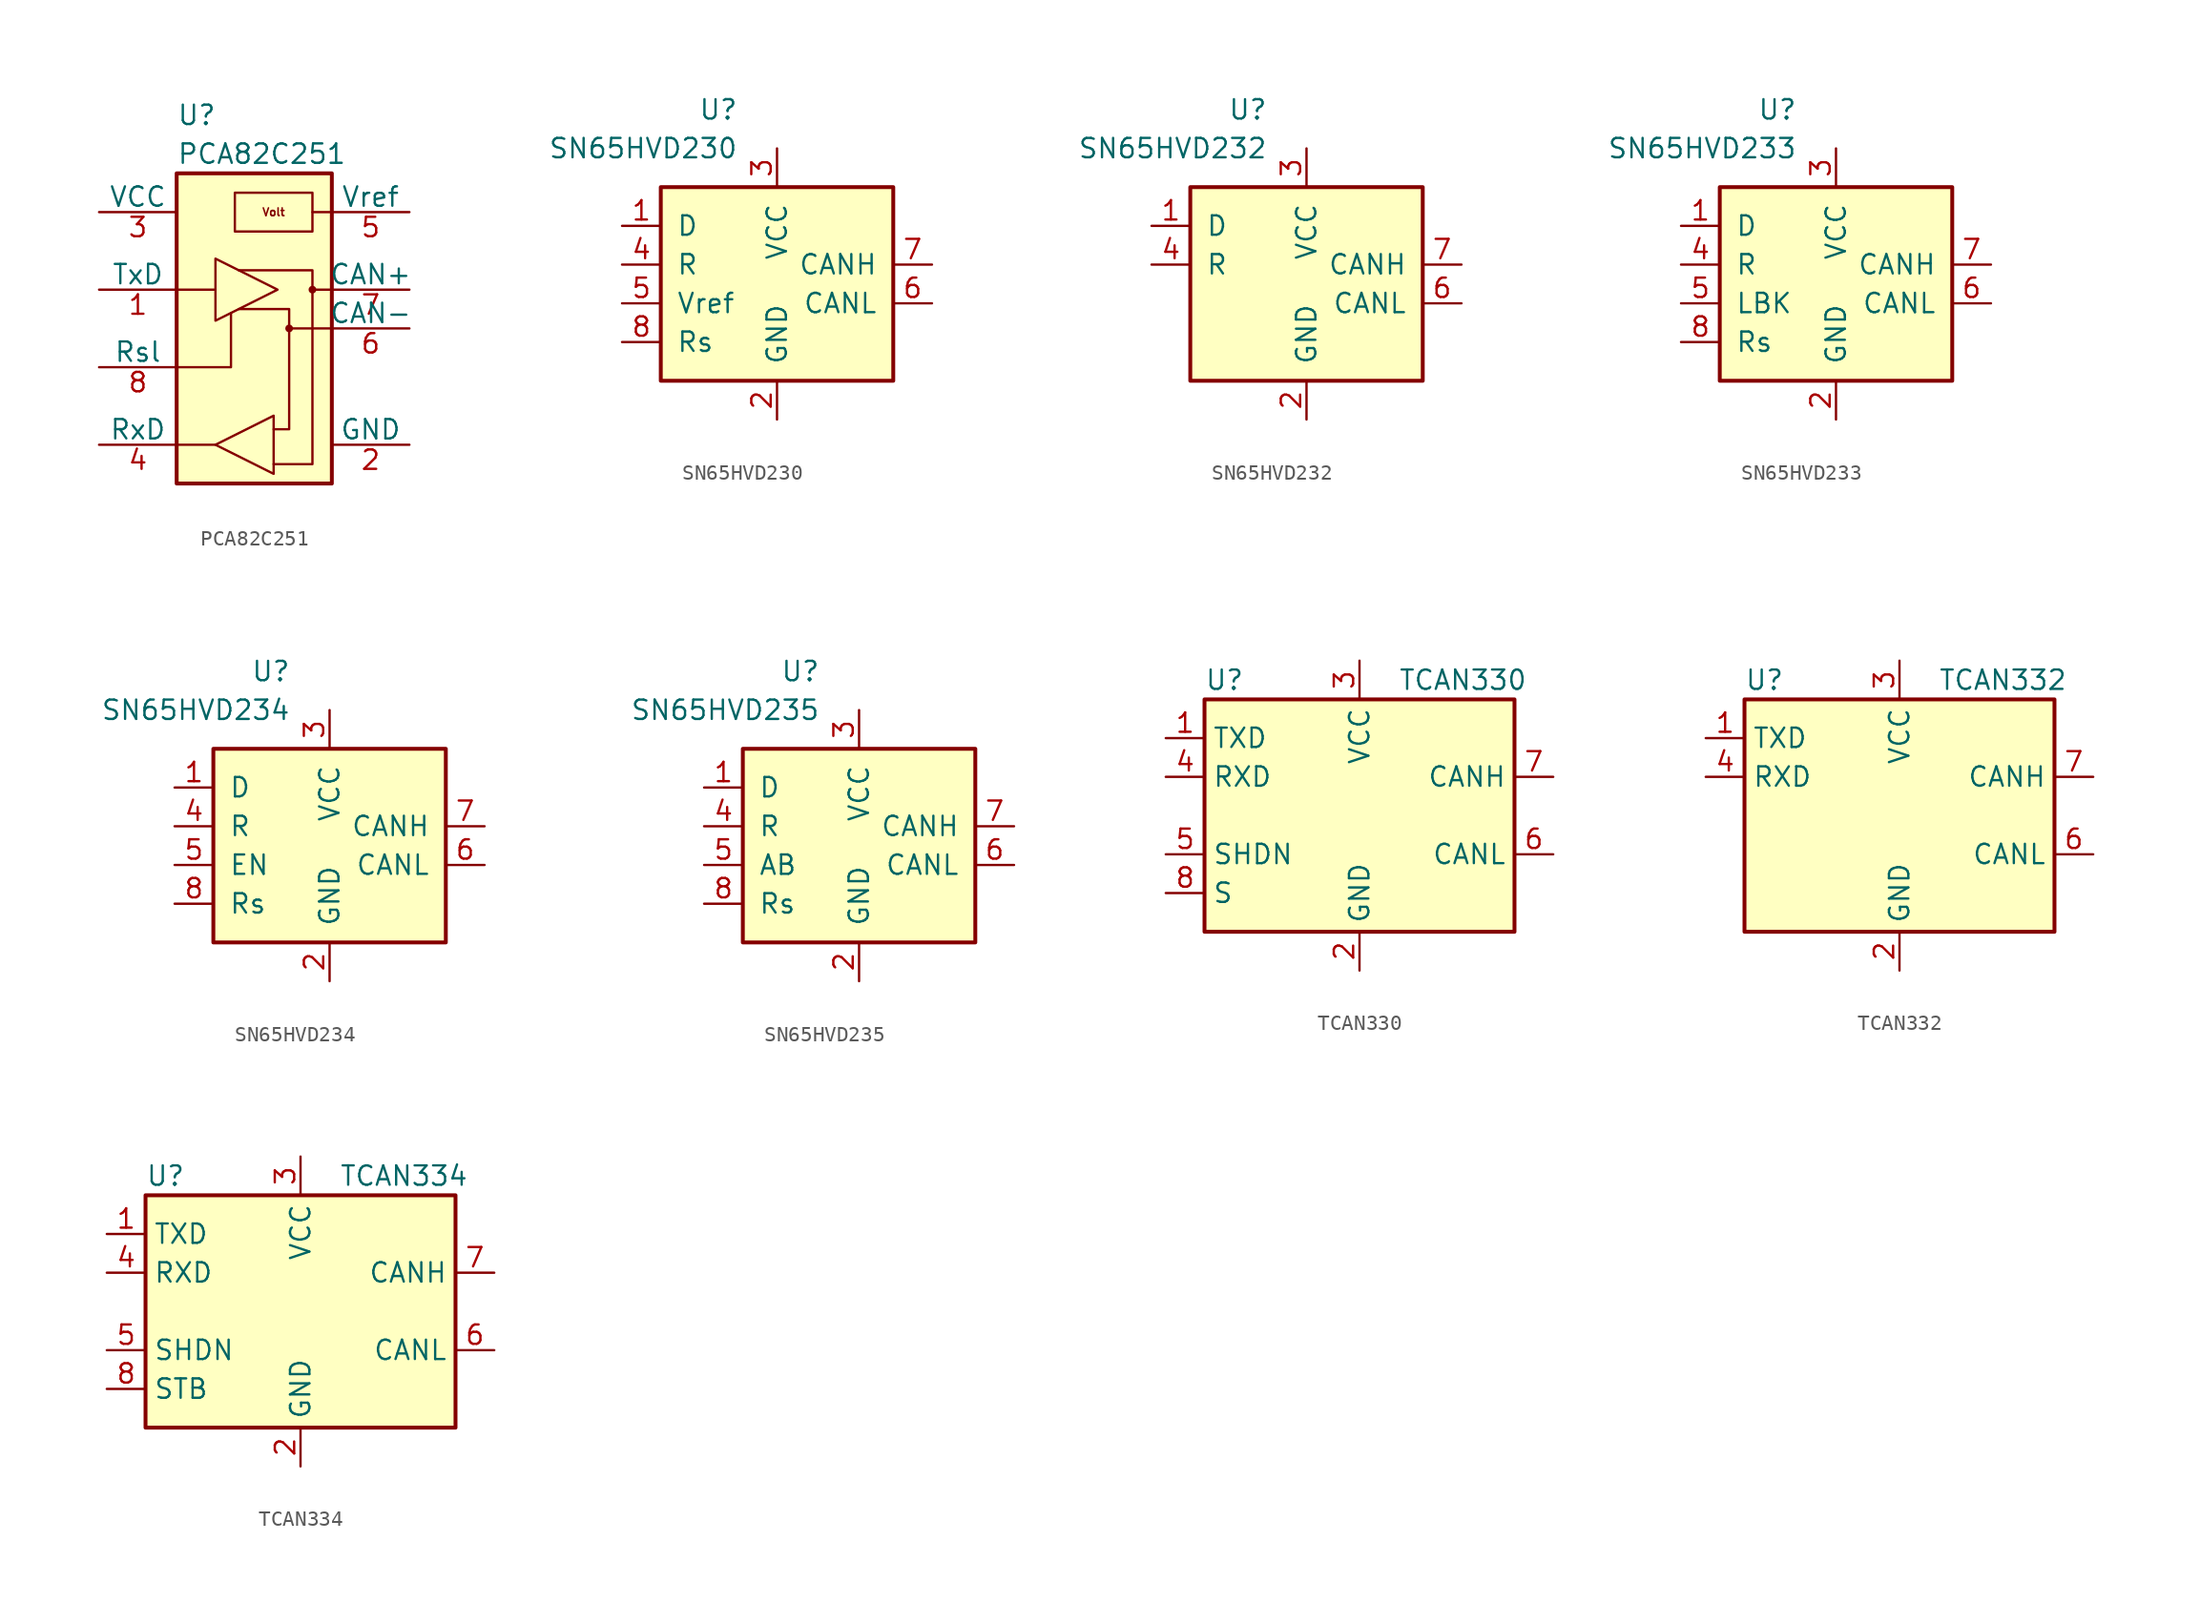
<source format=kicad_sym>
(kicad_symbol_lib
  (version 20211014)
  (generator kicad_symbol_editor)
  (symbol "PCA82C251"
    (pin_names
      (offset 0))
    (property "Reference" "U"
      (at -5.08 13.97 0)
      (effects (font (size 1.27 1.27)) (justify left)))
    (property "Value" "PCA82C251"
      (at -5.08 11.43 0)
      (effects (font (size 1.27 1.27)) (justify left)))
    (symbol "PCA82C251_0_1"
      (rectangle (start -5.08 10.16) (end 5.08 -10.16) (stroke (width 0.254) (type default) (color 0 0 0 0)) (fill (type background)))
      (polyline (pts (xy -2.54 -7.62) (xy -5.08 -7.62)) (stroke (width 0) (type default) (color 0 0 0 0)) (fill (type none)))
      (polyline (pts (xy -2.54 2.54) (xy -5.08 2.54)) (stroke (width 0) (type default) (color 0 0 0 0)) (fill (type none)))
      (polyline (pts (xy 2.286 0) (xy 5.08 0)) (stroke (width 0) (type default) (color 0 0 0 0)) (fill (type none)))
      (polyline (pts (xy 3.81 2.54) (xy 5.08 2.54)) (stroke (width 0) (type default) (color 0 0 0 0)) (fill (type none)))
      (polyline (pts (xy 3.81 7.62) (xy 5.08 7.62)) (stroke (width 0) (type default) (color 0 0 0 0)) (fill (type none)))
      (polyline (pts (xy -5.08 -2.54) (xy -1.524 -2.54) (xy -1.524 1.016)) (stroke (width 0) (type default) (color 0 0 0 0)) (fill (type none)))
      (polyline (pts (xy -2.54 -7.62) (xy 1.27 -5.715) (xy 1.27 -9.525) (xy -2.54 -7.62)) (stroke (width 0) (type default) (color 0 0 0 0)) (fill (type none)))
      (polyline (pts (xy -2.54 4.572) (xy -2.54 0.508) (xy 1.524 2.54) (xy -2.54 4.572)) (stroke (width 0) (type default) (color 0 0 0 0)) (fill (type none)))
      (polyline (pts (xy -1.016 1.27) (xy 2.286 1.27) (xy 2.286 -6.604) (xy 1.27 -6.604)) (stroke (width 0) (type default) (color 0 0 0 0)) (fill (type none)))
      (polyline (pts (xy -1.016 3.81) (xy 3.81 3.81) (xy 3.81 -8.89) (xy 1.27 -8.89)) (stroke (width 0) (type default) (color 0 0 0 0)) (fill (type none)))
      (polyline (pts (xy -1.27 8.89) (xy -1.27 6.35) (xy 3.81 6.35) (xy 3.81 8.89) (xy -1.27 8.89)) (stroke (width 0) (type default) (color 0 0 0 0)) (fill (type none)))
      (circle (center 2.286 0) (radius 0.127) (stroke (width 0.254) (type default) (color 0 0 0 0)) (fill (type none)))
      (circle (center 3.81 2.54) (radius 0.127) (stroke (width 0.254) (type default) (color 0 0 0 0)) (fill (type none)))
      (text "Volt" (at 1.27 7.62 0) (effects (font (size 0.508 0.508) bold))))
    (symbol "PCA82C251_1_1"
      (pin input line (at -10.16 2.54 0) (length 5.08) (name "TxD" (effects (font (size 1.27 1.27)))) (number "1" (effects (font (size 1.27 1.27)))))
      (pin power_in line (at 10.16 -7.62 180) (length 5.08) (name "GND" (effects (font (size 1.27 1.27)))) (number "2" (effects (font (size 1.27 1.27)))))
      (pin power_in line (at -10.16 7.62 0) (length 5.08) (name "VCC" (effects (font (size 1.27 1.27)))) (number "3" (effects (font (size 1.27 1.27)))))
      (pin output line (at -10.16 -7.62 0) (length 5.08) (name "RxD" (effects (font (size 1.27 1.27)))) (number "4" (effects (font (size 1.27 1.27)))))
      (pin output line (at 10.16 7.62 180) (length 5.08) (name "Vref" (effects (font (size 1.27 1.27)))) (number "5" (effects (font (size 1.27 1.27)))))
      (pin bidirectional line (at 10.16 0 180) (length 5.08) (name "CAN-" (effects (font (size 1.27 1.27)))) (number "6" (effects (font (size 1.27 1.27)))))
      (pin bidirectional line (at 10.16 2.54 180) (length 5.08) (name "CAN+" (effects (font (size 1.27 1.27)))) (number "7" (effects (font (size 1.27 1.27)))))
      (pin input line (at -10.16 -2.54 0) (length 5.08) (name "Rsl" (effects (font (size 1.27 1.27)))) (number "8" (effects (font (size 1.27 1.27)))))))
  (symbol "SN65HVD230"
    (pin_names
      (offset 1.016))
    (property "Reference" "U"
      (at -2.54 10.16 0)
      (effects (font (size 1.27 1.27)) (justify right)))
    (property "Value" "SN65HVD230"
      (at -2.54 7.62 0)
      (effects (font (size 1.27 1.27)) (justify right)))
    (symbol "SN65HVD230_0_1"
      (rectangle (start -7.62 5.08) (end 7.62 -7.62) (stroke (width 0.254) (type default) (color 0 0 0 0)) (fill (type background))))
    (symbol "SN65HVD230_1_1"
      (pin input line (at -10.16 2.54 0) (length 2.54) (name "D" (effects (font (size 1.27 1.27)))) (number "1" (effects (font (size 1.27 1.27)))))
      (pin power_in line (at 0 -10.16 90) (length 2.54) (name "GND" (effects (font (size 1.27 1.27)))) (number "2" (effects (font (size 1.27 1.27)))))
      (pin power_in line (at 0 7.62 270) (length 2.54) (name "VCC" (effects (font (size 1.27 1.27)))) (number "3" (effects (font (size 1.27 1.27)))))
      (pin output line (at -10.16 0 0) (length 2.54) (name "R" (effects (font (size 1.27 1.27)))) (number "4" (effects (font (size 1.27 1.27)))))
      (pin output line (at -10.16 -2.54 0) (length 2.54) (name "Vref" (effects (font (size 1.27 1.27)))) (number "5" (effects (font (size 1.27 1.27)))))
      (pin bidirectional line (at 10.16 -2.54 180) (length 2.54) (name "CANL" (effects (font (size 1.27 1.27)))) (number "6" (effects (font (size 1.27 1.27)))))
      (pin bidirectional line (at 10.16 0 180) (length 2.54) (name "CANH" (effects (font (size 1.27 1.27)))) (number "7" (effects (font (size 1.27 1.27)))))
      (pin input line (at -10.16 -5.08 0) (length 2.54) (name "Rs" (effects (font (size 1.27 1.27)))) (number "8" (effects (font (size 1.27 1.27)))))))
  (symbol "SN65HVD232"
    (pin_names
      (offset 1.016))
    (property "Reference" "U"
      (at -2.54 10.16 0)
      (effects (font (size 1.27 1.27)) (justify right)))
    (property "Value" "SN65HVD232"
      (at -2.54 7.62 0)
      (effects (font (size 1.27 1.27)) (justify right)))
    (symbol "SN65HVD232_0_1"
      (rectangle (start -7.62 5.08) (end 7.62 -7.62) (stroke (width 0.254) (type default) (color 0 0 0 0)) (fill (type background))))
    (symbol "SN65HVD232_1_1"
      (pin input line (at -10.16 2.54 0) (length 2.54) (name "D" (effects (font (size 1.27 1.27)))) (number "1" (effects (font (size 1.27 1.27)))))
      (pin power_in line (at 0 -10.16 90) (length 2.54) (name "GND" (effects (font (size 1.27 1.27)))) (number "2" (effects (font (size 1.27 1.27)))))
      (pin power_in line (at 0 7.62 270) (length 2.54) (name "VCC" (effects (font (size 1.27 1.27)))) (number "3" (effects (font (size 1.27 1.27)))))
      (pin output line (at -10.16 0 0) (length 2.54) (name "R" (effects (font (size 1.27 1.27)))) (number "4" (effects (font (size 1.27 1.27)))))
      (pin no_connect line (at -10.16 -2.54 0) (length 2.54) hide (name "NC" (effects (font (size 1.27 1.27)))) (number "5" (effects (font (size 1.27 1.27)))))
      (pin bidirectional line (at 10.16 -2.54 180) (length 2.54) (name "CANL" (effects (font (size 1.27 1.27)))) (number "6" (effects (font (size 1.27 1.27)))))
      (pin bidirectional line (at 10.16 0 180) (length 2.54) (name "CANH" (effects (font (size 1.27 1.27)))) (number "7" (effects (font (size 1.27 1.27)))))
      (pin no_connect line (at -10.16 -5.08 0) (length 2.54) hide (name "NC" (effects (font (size 1.27 1.27)))) (number "8" (effects (font (size 1.27 1.27)))))))
  (symbol "SN65HVD233"
    (pin_names
      (offset 1.016))
    (property "Reference" "U"
      (at -2.54 10.16 0)
      (effects (font (size 1.27 1.27)) (justify right)))
    (property "Value" "SN65HVD233"
      (at -2.54 7.62 0)
      (effects (font (size 1.27 1.27)) (justify right)))
    (symbol "SN65HVD233_0_1"
      (rectangle (start -7.62 5.08) (end 7.62 -7.62) (stroke (width 0.254) (type default) (color 0 0 0 0)) (fill (type background))))
    (symbol "SN65HVD233_1_1"
      (pin input line (at -10.16 2.54 0) (length 2.54) (name "D" (effects (font (size 1.27 1.27)))) (number "1" (effects (font (size 1.27 1.27)))))
      (pin power_in line (at 0 -10.16 90) (length 2.54) (name "GND" (effects (font (size 1.27 1.27)))) (number "2" (effects (font (size 1.27 1.27)))))
      (pin power_in line (at 0 7.62 270) (length 2.54) (name "VCC" (effects (font (size 1.27 1.27)))) (number "3" (effects (font (size 1.27 1.27)))))
      (pin output line (at -10.16 0 0) (length 2.54) (name "R" (effects (font (size 1.27 1.27)))) (number "4" (effects (font (size 1.27 1.27)))))
      (pin input line (at -10.16 -2.54 0) (length 2.54) (name "LBK" (effects (font (size 1.27 1.27)))) (number "5" (effects (font (size 1.27 1.27)))))
      (pin bidirectional line (at 10.16 -2.54 180) (length 2.54) (name "CANL" (effects (font (size 1.27 1.27)))) (number "6" (effects (font (size 1.27 1.27)))))
      (pin bidirectional line (at 10.16 0 180) (length 2.54) (name "CANH" (effects (font (size 1.27 1.27)))) (number "7" (effects (font (size 1.27 1.27)))))
      (pin input line (at -10.16 -5.08 0) (length 2.54) (name "Rs" (effects (font (size 1.27 1.27)))) (number "8" (effects (font (size 1.27 1.27)))))))
  (symbol "SN65HVD234"
    (pin_names
      (offset 1.016))
    (property "Reference" "U"
      (at -2.54 10.16 0)
      (effects (font (size 1.27 1.27)) (justify right)))
    (property "Value" "SN65HVD234"
      (at -2.54 7.62 0)
      (effects (font (size 1.27 1.27)) (justify right)))
    (symbol "SN65HVD234_0_1"
      (rectangle (start -7.62 5.08) (end 7.62 -7.62) (stroke (width 0.254) (type default) (color 0 0 0 0)) (fill (type background))))
    (symbol "SN65HVD234_1_1"
      (pin input line (at -10.16 2.54 0) (length 2.54) (name "D" (effects (font (size 1.27 1.27)))) (number "1" (effects (font (size 1.27 1.27)))))
      (pin power_in line (at 0 -10.16 90) (length 2.54) (name "GND" (effects (font (size 1.27 1.27)))) (number "2" (effects (font (size 1.27 1.27)))))
      (pin power_in line (at 0 7.62 270) (length 2.54) (name "VCC" (effects (font (size 1.27 1.27)))) (number "3" (effects (font (size 1.27 1.27)))))
      (pin output line (at -10.16 0 0) (length 2.54) (name "R" (effects (font (size 1.27 1.27)))) (number "4" (effects (font (size 1.27 1.27)))))
      (pin input line (at -10.16 -2.54 0) (length 2.54) (name "EN" (effects (font (size 1.27 1.27)))) (number "5" (effects (font (size 1.27 1.27)))))
      (pin bidirectional line (at 10.16 -2.54 180) (length 2.54) (name "CANL" (effects (font (size 1.27 1.27)))) (number "6" (effects (font (size 1.27 1.27)))))
      (pin bidirectional line (at 10.16 0 180) (length 2.54) (name "CANH" (effects (font (size 1.27 1.27)))) (number "7" (effects (font (size 1.27 1.27)))))
      (pin input line (at -10.16 -5.08 0) (length 2.54) (name "Rs" (effects (font (size 1.27 1.27)))) (number "8" (effects (font (size 1.27 1.27)))))))
  (symbol "SN65HVD235"
    (pin_names
      (offset 1.016))
    (property "Reference" "U"
      (at -2.54 10.16 0)
      (effects (font (size 1.27 1.27)) (justify right)))
    (property "Value" "SN65HVD235"
      (at -2.54 7.62 0)
      (effects (font (size 1.27 1.27)) (justify right)))
    (symbol "SN65HVD235_0_1"
      (rectangle (start -7.62 5.08) (end 7.62 -7.62) (stroke (width 0.254) (type default) (color 0 0 0 0)) (fill (type background))))
    (symbol "SN65HVD235_1_1"
      (pin input line (at -10.16 2.54 0) (length 2.54) (name "D" (effects (font (size 1.27 1.27)))) (number "1" (effects (font (size 1.27 1.27)))))
      (pin power_in line (at 0 -10.16 90) (length 2.54) (name "GND" (effects (font (size 1.27 1.27)))) (number "2" (effects (font (size 1.27 1.27)))))
      (pin power_in line (at 0 7.62 270) (length 2.54) (name "VCC" (effects (font (size 1.27 1.27)))) (number "3" (effects (font (size 1.27 1.27)))))
      (pin output line (at -10.16 0 0) (length 2.54) (name "R" (effects (font (size 1.27 1.27)))) (number "4" (effects (font (size 1.27 1.27)))))
      (pin input line (at -10.16 -2.54 0) (length 2.54) (name "AB" (effects (font (size 1.27 1.27)))) (number "5" (effects (font (size 1.27 1.27)))))
      (pin bidirectional line (at 10.16 -2.54 180) (length 2.54) (name "CANL" (effects (font (size 1.27 1.27)))) (number "6" (effects (font (size 1.27 1.27)))))
      (pin bidirectional line (at 10.16 0 180) (length 2.54) (name "CANH" (effects (font (size 1.27 1.27)))) (number "7" (effects (font (size 1.27 1.27)))))
      (pin input line (at -10.16 -5.08 0) (length 2.54) (name "Rs" (effects (font (size 1.27 1.27)))) (number "8" (effects (font (size 1.27 1.27)))))))
  (symbol "TCAN330"
    (property "Reference" "U"
      (at -10.16 8.89 0)
      (effects (font (size 1.27 1.27)) (justify left)))
    (property "Value" "TCAN330"
      (at 2.54 8.89 0)
      (effects (font (size 1.27 1.27)) (justify left)))
    (symbol "TCAN330_0_1"
      (rectangle (start -10.16 7.62) (end 10.16 -7.62) (stroke (width 0.254) (type default) (color 0 0 0 0)) (fill (type background))))
    (symbol "TCAN330_1_1"
      (pin input line (at -12.7 5.08 0) (length 2.54) (name "TXD" (effects (font (size 1.27 1.27)))) (number "1" (effects (font (size 1.27 1.27)))))
      (pin power_in line (at 0 -10.16 90) (length 2.54) (name "GND" (effects (font (size 1.27 1.27)))) (number "2" (effects (font (size 1.27 1.27)))))
      (pin power_in line (at 0 10.16 270) (length 2.54) (name "VCC" (effects (font (size 1.27 1.27)))) (number "3" (effects (font (size 1.27 1.27)))))
      (pin tri_state line (at -12.7 2.54 0) (length 2.54) (name "RXD" (effects (font (size 1.27 1.27)))) (number "4" (effects (font (size 1.27 1.27)))))
      (pin input line (at -12.7 -2.54 0) (length 2.54) (name "SHDN" (effects (font (size 1.27 1.27)))) (number "5" (effects (font (size 1.27 1.27)))))
      (pin bidirectional line (at 12.7 -2.54 180) (length 2.54) (name "CANL" (effects (font (size 1.27 1.27)))) (number "6" (effects (font (size 1.27 1.27)))))
      (pin bidirectional line (at 12.7 2.54 180) (length 2.54) (name "CANH" (effects (font (size 1.27 1.27)))) (number "7" (effects (font (size 1.27 1.27)))))
      (pin input line (at -12.7 -5.08 0) (length 2.54) (name "S" (effects (font (size 1.27 1.27)))) (number "8" (effects (font (size 1.27 1.27)))))))
  (symbol "TCAN332"
    (property "Reference" "U"
      (at -10.16 8.89 0)
      (effects (font (size 1.27 1.27)) (justify left)))
    (property "Value" "TCAN332"
      (at 2.54 8.89 0)
      (effects (font (size 1.27 1.27)) (justify left)))
    (symbol "TCAN332_0_1"
      (rectangle (start -10.16 7.62) (end 10.16 -7.62) (stroke (width 0.254) (type default) (color 0 0 0 0)) (fill (type background))))
    (symbol "TCAN332_1_1"
      (pin input line (at -12.7 5.08 0) (length 2.54) (name "TXD" (effects (font (size 1.27 1.27)))) (number "1" (effects (font (size 1.27 1.27)))))
      (pin power_in line (at 0 -10.16 90) (length 2.54) (name "GND" (effects (font (size 1.27 1.27)))) (number "2" (effects (font (size 1.27 1.27)))))
      (pin power_in line (at 0 10.16 270) (length 2.54) (name "VCC" (effects (font (size 1.27 1.27)))) (number "3" (effects (font (size 1.27 1.27)))))
      (pin tri_state line (at -12.7 2.54 0) (length 2.54) (name "RXD" (effects (font (size 1.27 1.27)))) (number "4" (effects (font (size 1.27 1.27)))))
      (pin no_connect line (at -10.16 -2.54 0) (length 2.54) hide (name "NC" (effects (font (size 1.27 1.27)))) (number "5" (effects (font (size 1.27 1.27)))))
      (pin bidirectional line (at 12.7 -2.54 180) (length 2.54) (name "CANL" (effects (font (size 1.27 1.27)))) (number "6" (effects (font (size 1.27 1.27)))))
      (pin bidirectional line (at 12.7 2.54 180) (length 2.54) (name "CANH" (effects (font (size 1.27 1.27)))) (number "7" (effects (font (size 1.27 1.27)))))
      (pin no_connect line (at -10.16 -5.08 0) (length 2.54) hide (name "NC" (effects (font (size 1.27 1.27)))) (number "8" (effects (font (size 1.27 1.27)))))))
  (symbol "TCAN334"
    (property "Reference" "U"
      (at -10.16 8.89 0)
      (effects (font (size 1.27 1.27)) (justify left)))
    (property "Value" "TCAN334"
      (at 2.54 8.89 0)
      (effects (font (size 1.27 1.27)) (justify left)))
    (symbol "TCAN334_0_1"
      (rectangle (start -10.16 7.62) (end 10.16 -7.62) (stroke (width 0.254) (type default) (color 0 0 0 0)) (fill (type background))))
    (symbol "TCAN334_1_1"
      (pin input line (at -12.7 5.08 0) (length 2.54) (name "TXD" (effects (font (size 1.27 1.27)))) (number "1" (effects (font (size 1.27 1.27)))))
      (pin power_in line (at 0 -10.16 90) (length 2.54) (name "GND" (effects (font (size 1.27 1.27)))) (number "2" (effects (font (size 1.27 1.27)))))
      (pin power_in line (at 0 10.16 270) (length 2.54) (name "VCC" (effects (font (size 1.27 1.27)))) (number "3" (effects (font (size 1.27 1.27)))))
      (pin tri_state line (at -12.7 2.54 0) (length 2.54) (name "RXD" (effects (font (size 1.27 1.27)))) (number "4" (effects (font (size 1.27 1.27)))))
      (pin input line (at -12.7 -2.54 0) (length 2.54) (name "SHDN" (effects (font (size 1.27 1.27)))) (number "5" (effects (font (size 1.27 1.27)))))
      (pin bidirectional line (at 12.7 -2.54 180) (length 2.54) (name "CANL" (effects (font (size 1.27 1.27)))) (number "6" (effects (font (size 1.27 1.27)))))
      (pin bidirectional line (at 12.7 2.54 180) (length 2.54) (name "CANH" (effects (font (size 1.27 1.27)))) (number "7" (effects (font (size 1.27 1.27)))))
      (pin input line (at -12.7 -5.08 0) (length 2.54) (name "STB" (effects (font (size 1.27 1.27)))) (number "8" (effects (font (size 1.27 1.27))))))))
</source>
